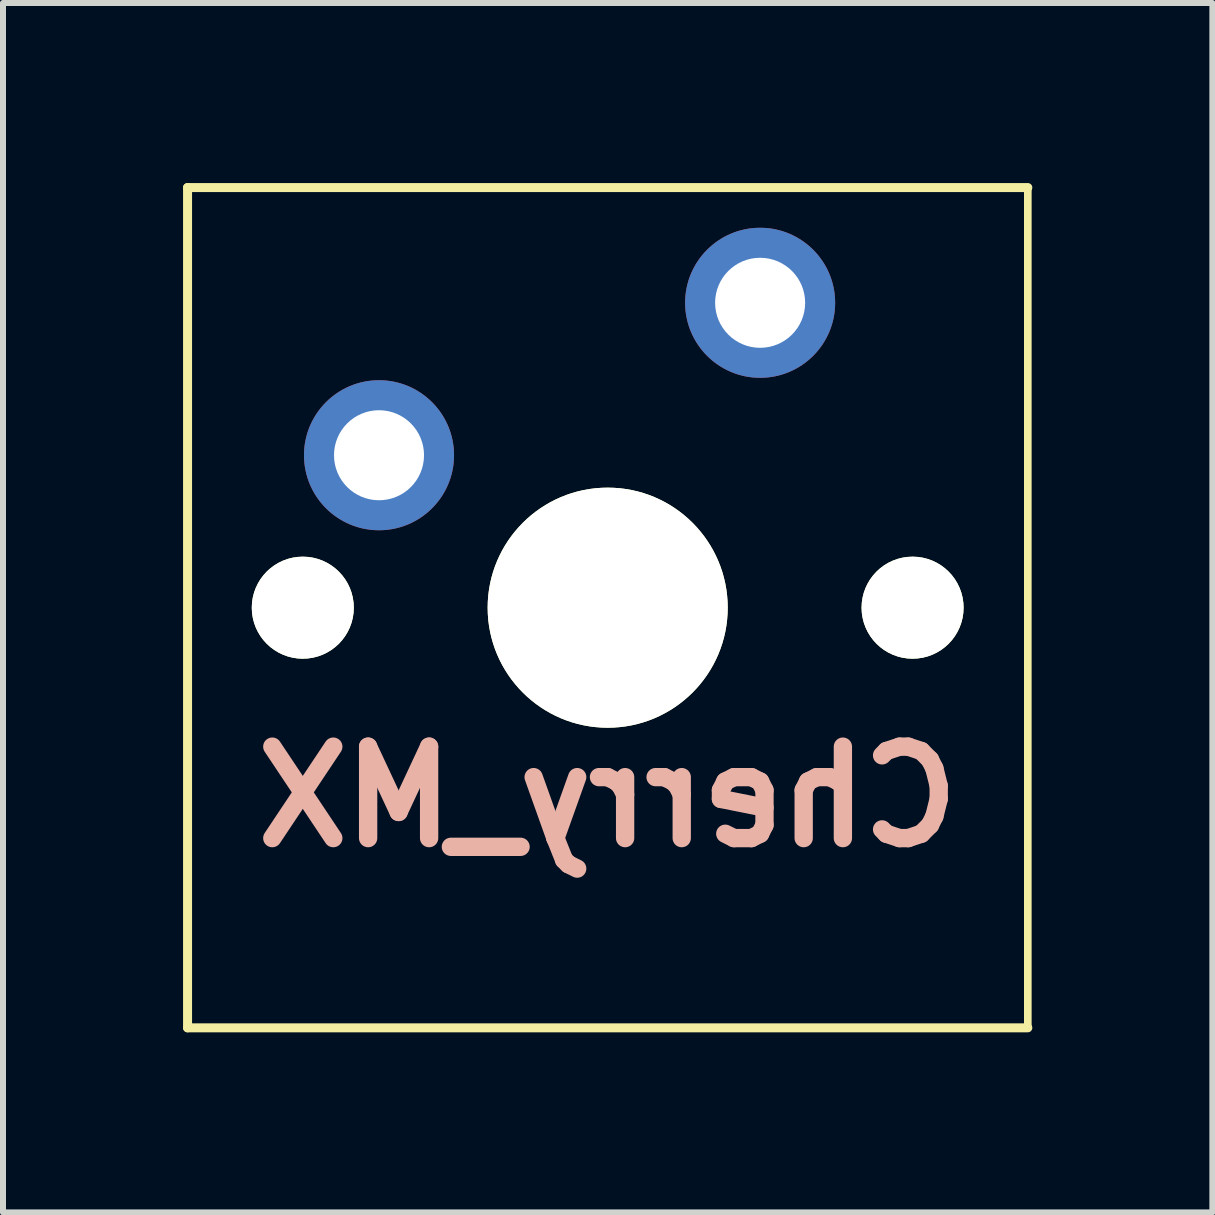
<source format=kicad_pcb>
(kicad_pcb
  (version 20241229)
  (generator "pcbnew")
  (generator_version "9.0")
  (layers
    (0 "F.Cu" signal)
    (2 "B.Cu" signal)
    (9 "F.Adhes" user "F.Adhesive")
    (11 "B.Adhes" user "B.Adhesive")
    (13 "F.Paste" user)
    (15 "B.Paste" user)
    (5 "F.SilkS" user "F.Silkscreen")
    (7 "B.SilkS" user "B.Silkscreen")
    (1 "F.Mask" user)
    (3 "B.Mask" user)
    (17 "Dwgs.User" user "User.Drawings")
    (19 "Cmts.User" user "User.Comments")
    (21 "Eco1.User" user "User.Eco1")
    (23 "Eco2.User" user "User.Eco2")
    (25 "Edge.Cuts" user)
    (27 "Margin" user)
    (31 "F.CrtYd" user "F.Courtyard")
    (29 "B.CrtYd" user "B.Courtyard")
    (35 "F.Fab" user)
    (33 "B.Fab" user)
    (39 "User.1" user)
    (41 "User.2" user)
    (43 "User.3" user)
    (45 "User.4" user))
  (footprint "Cherry_MX"
    (layer "F.Cu")
    (at 7.075 7.075)
    (property "Reference" "Cherry_MX" (at 0 3.15 180) (layer "B.SilkS") (effects (font (size 1.524 1.524) (thickness 0.305)) (justify mirror)))
    (attr through_hole)
    (fp_line (start -7 -7) (end 7 -7) (stroke (width 0.15) (type solid)) (layer "F.SilkS"))
    (fp_line (start -7 7) (end -7 -7) (stroke (width 0.15) (type solid)) (layer "F.SilkS"))
    (fp_line (start 7 7) (end -7 7) (stroke (width 0.15) (type solid)) (layer "F.SilkS"))
    (fp_line (start 7 7) (end 7 -7) (stroke (width 0.127) (type solid)) (layer "F.SilkS"))
    (pad "" np_thru_hole circle (at -5.08 0) (size 1.7 1.7) (drill 1.7) (layers "*.Cu" "*.Mask" "F.SilkS"))
    (pad "" np_thru_hole circle (at 0 0) (size 4 4) (drill 4) (layers "*.Cu" "*.Mask" "F.SilkS"))
    (pad "" np_thru_hole circle (at 5.08 0) (size 1.7 1.7) (drill 1.7) (layers "*.Cu" "*.Mask" "F.SilkS"))
    (pad "1" thru_hole circle (at -3.81 -2.54) (size 2.5 2.5) (drill 1.5) (layers "*.Cu" "*.Mask"))
    (pad "2" thru_hole circle (at 2.54 -5.08) (size 2.5 2.5) (drill 1.5) (layers "*.Cu" "*.Mask")))
  (gr_rect
    (start -3 -3)
    (end 17.15 17.15)
    (stroke (width 0.1) (type default))
    (fill no)
    (layer "Edge.Cuts")))
</source>
